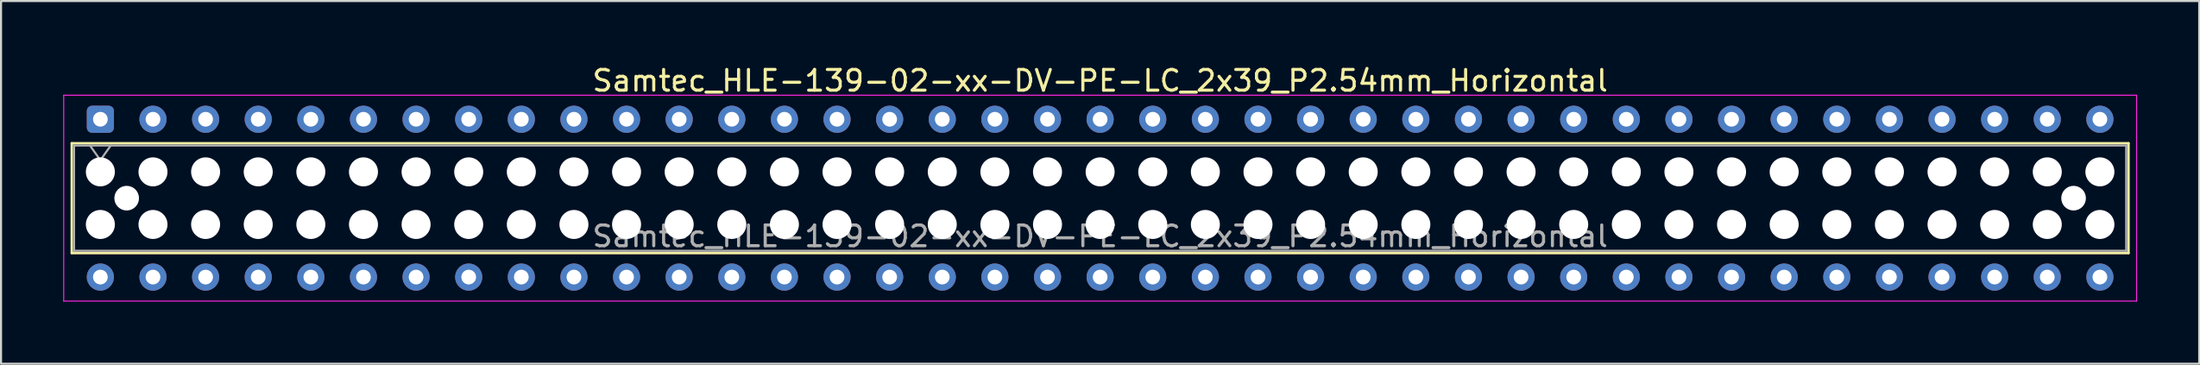
<source format=kicad_pcb>
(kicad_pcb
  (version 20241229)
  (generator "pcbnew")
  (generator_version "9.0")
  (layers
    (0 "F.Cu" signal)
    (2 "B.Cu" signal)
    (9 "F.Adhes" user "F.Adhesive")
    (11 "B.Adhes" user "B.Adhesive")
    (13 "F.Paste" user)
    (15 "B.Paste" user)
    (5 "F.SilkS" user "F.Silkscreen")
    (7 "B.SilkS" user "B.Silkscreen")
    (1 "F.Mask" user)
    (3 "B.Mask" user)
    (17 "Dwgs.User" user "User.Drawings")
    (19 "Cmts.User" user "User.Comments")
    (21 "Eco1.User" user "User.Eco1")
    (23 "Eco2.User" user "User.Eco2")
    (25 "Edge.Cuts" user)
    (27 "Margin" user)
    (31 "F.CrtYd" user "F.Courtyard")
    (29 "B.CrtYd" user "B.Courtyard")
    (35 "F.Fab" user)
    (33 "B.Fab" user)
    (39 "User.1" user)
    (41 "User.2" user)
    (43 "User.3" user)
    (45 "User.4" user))
  (footprint "Samtec_HLE-139-02-xx-DV-PE-LC_2x39_P2.54mm_Horizontal"
    (layer "F.Cu")
    (at 1.795 2.708)
    (property "Reference" "Samtec_HLE-139-02-xx-DV-PE-LC_2x39_P2.54mm_Horizontal" (at 48.26 -1.86 0) (layer "F.SilkS") (effects (font (size 1 1) (thickness 0.15))))
    (attr through_hole)
    (fp_line (start -1.38 1.16) (end 97.9 1.16) (stroke (width 0.12) (type solid)) (layer "F.SilkS"))
    (fp_line (start -1.38 6.46) (end -1.38 1.16) (stroke (width 0.12) (type solid)) (layer "F.SilkS"))
    (fp_line (start 97.9 1.16) (end 97.9 6.46) (stroke (width 0.12) (type solid)) (layer "F.SilkS"))
    (fp_line (start 97.9 6.46) (end -1.38 6.46) (stroke (width 0.12) (type solid)) (layer "F.SilkS"))
    (fp_line (start -1.77 -1.16) (end 98.29 -1.16) (stroke (width 0.05) (type solid)) (layer "F.CrtYd"))
    (fp_line (start -1.77 8.78) (end -1.77 -1.16) (stroke (width 0.05) (type solid)) (layer "F.CrtYd"))
    (fp_line (start 98.29 -1.16) (end 98.29 8.78) (stroke (width 0.05) (type solid)) (layer "F.CrtYd"))
    (fp_line (start 98.29 8.78) (end -1.77 8.78) (stroke (width 0.05) (type solid)) (layer "F.CrtYd"))
    (fp_line (start -1.27 1.27) (end 97.79 1.27) (stroke (width 0.1) (type solid)) (layer "F.Fab"))
    (fp_line (start -1.27 6.35) (end -1.27 1.27) (stroke (width 0.1) (type solid)) (layer "F.Fab"))
    (fp_line (start -0.5 1.27) (end 0 1.977) (stroke (width 0.1) (type solid)) (layer "F.Fab"))
    (fp_line (start 0 1.977) (end 0.5 1.27) (stroke (width 0.1) (type solid)) (layer "F.Fab"))
    (fp_line (start 97.79 1.27) (end 97.79 6.35) (stroke (width 0.1) (type solid)) (layer "F.Fab"))
    (fp_line (start 97.79 6.35) (end -1.27 6.35) (stroke (width 0.1) (type solid)) (layer "F.Fab"))
    (fp_text user "${REFERENCE}" (at 48.26 5.65 0) (layer "F.Fab") (effects (font (size 1 1) (thickness 0.15))))
    (pad "" np_thru_hole circle (at 0 2.54) (size 1.4 1.4) (drill 1.4) (layers "*.Cu" "*.Mask"))
    (pad "" np_thru_hole circle (at 0 5.08) (size 1.4 1.4) (drill 1.4) (layers "*.Cu" "*.Mask"))
    (pad "" np_thru_hole circle (at 1.27 3.81) (size 1.19 1.19) (drill 1.19) (layers "*.Cu" "*.Mask"))
    (pad "" np_thru_hole circle (at 2.54 2.54) (size 1.4 1.4) (drill 1.4) (layers "*.Cu" "*.Mask"))
    (pad "" np_thru_hole circle (at 2.54 5.08) (size 1.4 1.4) (drill 1.4) (layers "*.Cu" "*.Mask"))
    (pad "" np_thru_hole circle (at 5.08 2.54) (size 1.4 1.4) (drill 1.4) (layers "*.Cu" "*.Mask"))
    (pad "" np_thru_hole circle (at 5.08 5.08) (size 1.4 1.4) (drill 1.4) (layers "*.Cu" "*.Mask"))
    (pad "" np_thru_hole circle (at 7.62 2.54) (size 1.4 1.4) (drill 1.4) (layers "*.Cu" "*.Mask"))
    (pad "" np_thru_hole circle (at 7.62 5.08) (size 1.4 1.4) (drill 1.4) (layers "*.Cu" "*.Mask"))
    (pad "" np_thru_hole circle (at 10.16 2.54) (size 1.4 1.4) (drill 1.4) (layers "*.Cu" "*.Mask"))
    (pad "" np_thru_hole circle (at 10.16 5.08) (size 1.4 1.4) (drill 1.4) (layers "*.Cu" "*.Mask"))
    (pad "" np_thru_hole circle (at 12.7 2.54) (size 1.4 1.4) (drill 1.4) (layers "*.Cu" "*.Mask"))
    (pad "" np_thru_hole circle (at 12.7 5.08) (size 1.4 1.4) (drill 1.4) (layers "*.Cu" "*.Mask"))
    (pad "" np_thru_hole circle (at 15.24 2.54) (size 1.4 1.4) (drill 1.4) (layers "*.Cu" "*.Mask"))
    (pad "" np_thru_hole circle (at 15.24 5.08) (size 1.4 1.4) (drill 1.4) (layers "*.Cu" "*.Mask"))
    (pad "" np_thru_hole circle (at 17.78 2.54) (size 1.4 1.4) (drill 1.4) (layers "*.Cu" "*.Mask"))
    (pad "" np_thru_hole circle (at 17.78 5.08) (size 1.4 1.4) (drill 1.4) (layers "*.Cu" "*.Mask"))
    (pad "" np_thru_hole circle (at 20.32 2.54) (size 1.4 1.4) (drill 1.4) (layers "*.Cu" "*.Mask"))
    (pad "" np_thru_hole circle (at 20.32 5.08) (size 1.4 1.4) (drill 1.4) (layers "*.Cu" "*.Mask"))
    (pad "" np_thru_hole circle (at 22.86 2.54) (size 1.4 1.4) (drill 1.4) (layers "*.Cu" "*.Mask"))
    (pad "" np_thru_hole circle (at 22.86 5.08) (size 1.4 1.4) (drill 1.4) (layers "*.Cu" "*.Mask"))
    (pad "" np_thru_hole circle (at 25.4 2.54) (size 1.4 1.4) (drill 1.4) (layers "*.Cu" "*.Mask"))
    (pad "" np_thru_hole circle (at 25.4 5.08) (size 1.4 1.4) (drill 1.4) (layers "*.Cu" "*.Mask"))
    (pad "" np_thru_hole circle (at 27.94 2.54) (size 1.4 1.4) (drill 1.4) (layers "*.Cu" "*.Mask"))
    (pad "" np_thru_hole circle (at 27.94 5.08) (size 1.4 1.4) (drill 1.4) (layers "*.Cu" "*.Mask"))
    (pad "" np_thru_hole circle (at 30.48 2.54) (size 1.4 1.4) (drill 1.4) (layers "*.Cu" "*.Mask"))
    (pad "" np_thru_hole circle (at 30.48 5.08) (size 1.4 1.4) (drill 1.4) (layers "*.Cu" "*.Mask"))
    (pad "" np_thru_hole circle (at 33.02 2.54) (size 1.4 1.4) (drill 1.4) (layers "*.Cu" "*.Mask"))
    (pad "" np_thru_hole circle (at 33.02 5.08) (size 1.4 1.4) (drill 1.4) (layers "*.Cu" "*.Mask"))
    (pad "" np_thru_hole circle (at 35.56 2.54) (size 1.4 1.4) (drill 1.4) (layers "*.Cu" "*.Mask"))
    (pad "" np_thru_hole circle (at 35.56 5.08) (size 1.4 1.4) (drill 1.4) (layers "*.Cu" "*.Mask"))
    (pad "" np_thru_hole circle (at 38.1 2.54) (size 1.4 1.4) (drill 1.4) (layers "*.Cu" "*.Mask"))
    (pad "" np_thru_hole circle (at 38.1 5.08) (size 1.4 1.4) (drill 1.4) (layers "*.Cu" "*.Mask"))
    (pad "" np_thru_hole circle (at 40.64 2.54) (size 1.4 1.4) (drill 1.4) (layers "*.Cu" "*.Mask"))
    (pad "" np_thru_hole circle (at 40.64 5.08) (size 1.4 1.4) (drill 1.4) (layers "*.Cu" "*.Mask"))
    (pad "" np_thru_hole circle (at 43.18 2.54) (size 1.4 1.4) (drill 1.4) (layers "*.Cu" "*.Mask"))
    (pad "" np_thru_hole circle (at 43.18 5.08) (size 1.4 1.4) (drill 1.4) (layers "*.Cu" "*.Mask"))
    (pad "" np_thru_hole circle (at 45.72 2.54) (size 1.4 1.4) (drill 1.4) (layers "*.Cu" "*.Mask"))
    (pad "" np_thru_hole circle (at 45.72 5.08) (size 1.4 1.4) (drill 1.4) (layers "*.Cu" "*.Mask"))
    (pad "" np_thru_hole circle (at 48.26 2.54) (size 1.4 1.4) (drill 1.4) (layers "*.Cu" "*.Mask"))
    (pad "" np_thru_hole circle (at 48.26 5.08) (size 1.4 1.4) (drill 1.4) (layers "*.Cu" "*.Mask"))
    (pad "" np_thru_hole circle (at 50.8 2.54) (size 1.4 1.4) (drill 1.4) (layers "*.Cu" "*.Mask"))
    (pad "" np_thru_hole circle (at 50.8 5.08) (size 1.4 1.4) (drill 1.4) (layers "*.Cu" "*.Mask"))
    (pad "" np_thru_hole circle (at 53.34 2.54) (size 1.4 1.4) (drill 1.4) (layers "*.Cu" "*.Mask"))
    (pad "" np_thru_hole circle (at 53.34 5.08) (size 1.4 1.4) (drill 1.4) (layers "*.Cu" "*.Mask"))
    (pad "" np_thru_hole circle (at 55.88 2.54) (size 1.4 1.4) (drill 1.4) (layers "*.Cu" "*.Mask"))
    (pad "" np_thru_hole circle (at 55.88 5.08) (size 1.4 1.4) (drill 1.4) (layers "*.Cu" "*.Mask"))
    (pad "" np_thru_hole circle (at 58.42 2.54) (size 1.4 1.4) (drill 1.4) (layers "*.Cu" "*.Mask"))
    (pad "" np_thru_hole circle (at 58.42 5.08) (size 1.4 1.4) (drill 1.4) (layers "*.Cu" "*.Mask"))
    (pad "" np_thru_hole circle (at 60.96 2.54) (size 1.4 1.4) (drill 1.4) (layers "*.Cu" "*.Mask"))
    (pad "" np_thru_hole circle (at 60.96 5.08) (size 1.4 1.4) (drill 1.4) (layers "*.Cu" "*.Mask"))
    (pad "" np_thru_hole circle (at 63.5 2.54) (size 1.4 1.4) (drill 1.4) (layers "*.Cu" "*.Mask"))
    (pad "" np_thru_hole circle (at 63.5 5.08) (size 1.4 1.4) (drill 1.4) (layers "*.Cu" "*.Mask"))
    (pad "" np_thru_hole circle (at 66.04 2.54) (size 1.4 1.4) (drill 1.4) (layers "*.Cu" "*.Mask"))
    (pad "" np_thru_hole circle (at 66.04 5.08) (size 1.4 1.4) (drill 1.4) (layers "*.Cu" "*.Mask"))
    (pad "" np_thru_hole circle (at 68.58 2.54) (size 1.4 1.4) (drill 1.4) (layers "*.Cu" "*.Mask"))
    (pad "" np_thru_hole circle (at 68.58 5.08) (size 1.4 1.4) (drill 1.4) (layers "*.Cu" "*.Mask"))
    (pad "" np_thru_hole circle (at 71.12 2.54) (size 1.4 1.4) (drill 1.4) (layers "*.Cu" "*.Mask"))
    (pad "" np_thru_hole circle (at 71.12 5.08) (size 1.4 1.4) (drill 1.4) (layers "*.Cu" "*.Mask"))
    (pad "" np_thru_hole circle (at 73.66 2.54) (size 1.4 1.4) (drill 1.4) (layers "*.Cu" "*.Mask"))
    (pad "" np_thru_hole circle (at 73.66 5.08) (size 1.4 1.4) (drill 1.4) (layers "*.Cu" "*.Mask"))
    (pad "" np_thru_hole circle (at 76.2 2.54) (size 1.4 1.4) (drill 1.4) (layers "*.Cu" "*.Mask"))
    (pad "" np_thru_hole circle (at 76.2 5.08) (size 1.4 1.4) (drill 1.4) (layers "*.Cu" "*.Mask"))
    (pad "" np_thru_hole circle (at 78.74 2.54) (size 1.4 1.4) (drill 1.4) (layers "*.Cu" "*.Mask"))
    (pad "" np_thru_hole circle (at 78.74 5.08) (size 1.4 1.4) (drill 1.4) (layers "*.Cu" "*.Mask"))
    (pad "" np_thru_hole circle (at 81.28 2.54) (size 1.4 1.4) (drill 1.4) (layers "*.Cu" "*.Mask"))
    (pad "" np_thru_hole circle (at 81.28 5.08) (size 1.4 1.4) (drill 1.4) (layers "*.Cu" "*.Mask"))
    (pad "" np_thru_hole circle (at 83.82 2.54) (size 1.4 1.4) (drill 1.4) (layers "*.Cu" "*.Mask"))
    (pad "" np_thru_hole circle (at 83.82 5.08) (size 1.4 1.4) (drill 1.4) (layers "*.Cu" "*.Mask"))
    (pad "" np_thru_hole circle (at 86.36 2.54) (size 1.4 1.4) (drill 1.4) (layers "*.Cu" "*.Mask"))
    (pad "" np_thru_hole circle (at 86.36 5.08) (size 1.4 1.4) (drill 1.4) (layers "*.Cu" "*.Mask"))
    (pad "" np_thru_hole circle (at 88.9 2.54) (size 1.4 1.4) (drill 1.4) (layers "*.Cu" "*.Mask"))
    (pad "" np_thru_hole circle (at 88.9 5.08) (size 1.4 1.4) (drill 1.4) (layers "*.Cu" "*.Mask"))
    (pad "" np_thru_hole circle (at 91.44 2.54) (size 1.4 1.4) (drill 1.4) (layers "*.Cu" "*.Mask"))
    (pad "" np_thru_hole circle (at 91.44 5.08) (size 1.4 1.4) (drill 1.4) (layers "*.Cu" "*.Mask"))
    (pad "" np_thru_hole circle (at 93.98 2.54) (size 1.4 1.4) (drill 1.4) (layers "*.Cu" "*.Mask"))
    (pad "" np_thru_hole circle (at 93.98 5.08) (size 1.4 1.4) (drill 1.4) (layers "*.Cu" "*.Mask"))
    (pad "" np_thru_hole circle (at 95.25 3.81) (size 1.19 1.19) (drill 1.19) (layers "*.Cu" "*.Mask"))
    (pad "" np_thru_hole circle (at 96.52 2.54) (size 1.4 1.4) (drill 1.4) (layers "*.Cu" "*.Mask"))
    (pad "" np_thru_hole circle (at 96.52 5.08) (size 1.4 1.4) (drill 1.4) (layers "*.Cu" "*.Mask"))
    (pad "1" thru_hole roundrect (at 0 0) (size 1.31 1.31) (drill 0.71) (layers "*.Cu" "*.Mask") (roundrect_rratio 0.191))
    (pad "2" thru_hole circle (at 0 7.62) (size 1.31 1.31) (drill 0.71) (layers "*.Cu" "*.Mask"))
    (pad "3" thru_hole circle (at 2.54 0) (size 1.31 1.31) (drill 0.71) (layers "*.Cu" "*.Mask"))
    (pad "4" thru_hole circle (at 2.54 7.62) (size 1.31 1.31) (drill 0.71) (layers "*.Cu" "*.Mask"))
    (pad "5" thru_hole circle (at 5.08 0) (size 1.31 1.31) (drill 0.71) (layers "*.Cu" "*.Mask"))
    (pad "6" thru_hole circle (at 5.08 7.62) (size 1.31 1.31) (drill 0.71) (layers "*.Cu" "*.Mask"))
    (pad "7" thru_hole circle (at 7.62 0) (size 1.31 1.31) (drill 0.71) (layers "*.Cu" "*.Mask"))
    (pad "8" thru_hole circle (at 7.62 7.62) (size 1.31 1.31) (drill 0.71) (layers "*.Cu" "*.Mask"))
    (pad "9" thru_hole circle (at 10.16 0) (size 1.31 1.31) (drill 0.71) (layers "*.Cu" "*.Mask"))
    (pad "10" thru_hole circle (at 10.16 7.62) (size 1.31 1.31) (drill 0.71) (layers "*.Cu" "*.Mask"))
    (pad "11" thru_hole circle (at 12.7 0) (size 1.31 1.31) (drill 0.71) (layers "*.Cu" "*.Mask"))
    (pad "12" thru_hole circle (at 12.7 7.62) (size 1.31 1.31) (drill 0.71) (layers "*.Cu" "*.Mask"))
    (pad "13" thru_hole circle (at 15.24 0) (size 1.31 1.31) (drill 0.71) (layers "*.Cu" "*.Mask"))
    (pad "14" thru_hole circle (at 15.24 7.62) (size 1.31 1.31) (drill 0.71) (layers "*.Cu" "*.Mask"))
    (pad "15" thru_hole circle (at 17.78 0) (size 1.31 1.31) (drill 0.71) (layers "*.Cu" "*.Mask"))
    (pad "16" thru_hole circle (at 17.78 7.62) (size 1.31 1.31) (drill 0.71) (layers "*.Cu" "*.Mask"))
    (pad "17" thru_hole circle (at 20.32 0) (size 1.31 1.31) (drill 0.71) (layers "*.Cu" "*.Mask"))
    (pad "18" thru_hole circle (at 20.32 7.62) (size 1.31 1.31) (drill 0.71) (layers "*.Cu" "*.Mask"))
    (pad "19" thru_hole circle (at 22.86 0) (size 1.31 1.31) (drill 0.71) (layers "*.Cu" "*.Mask"))
    (pad "20" thru_hole circle (at 22.86 7.62) (size 1.31 1.31) (drill 0.71) (layers "*.Cu" "*.Mask"))
    (pad "21" thru_hole circle (at 25.4 0) (size 1.31 1.31) (drill 0.71) (layers "*.Cu" "*.Mask"))
    (pad "22" thru_hole circle (at 25.4 7.62) (size 1.31 1.31) (drill 0.71) (layers "*.Cu" "*.Mask"))
    (pad "23" thru_hole circle (at 27.94 0) (size 1.31 1.31) (drill 0.71) (layers "*.Cu" "*.Mask"))
    (pad "24" thru_hole circle (at 27.94 7.62) (size 1.31 1.31) (drill 0.71) (layers "*.Cu" "*.Mask"))
    (pad "25" thru_hole circle (at 30.48 0) (size 1.31 1.31) (drill 0.71) (layers "*.Cu" "*.Mask"))
    (pad "26" thru_hole circle (at 30.48 7.62) (size 1.31 1.31) (drill 0.71) (layers "*.Cu" "*.Mask"))
    (pad "27" thru_hole circle (at 33.02 0) (size 1.31 1.31) (drill 0.71) (layers "*.Cu" "*.Mask"))
    (pad "28" thru_hole circle (at 33.02 7.62) (size 1.31 1.31) (drill 0.71) (layers "*.Cu" "*.Mask"))
    (pad "29" thru_hole circle (at 35.56 0) (size 1.31 1.31) (drill 0.71) (layers "*.Cu" "*.Mask"))
    (pad "30" thru_hole circle (at 35.56 7.62) (size 1.31 1.31) (drill 0.71) (layers "*.Cu" "*.Mask"))
    (pad "31" thru_hole circle (at 38.1 0) (size 1.31 1.31) (drill 0.71) (layers "*.Cu" "*.Mask"))
    (pad "32" thru_hole circle (at 38.1 7.62) (size 1.31 1.31) (drill 0.71) (layers "*.Cu" "*.Mask"))
    (pad "33" thru_hole circle (at 40.64 0) (size 1.31 1.31) (drill 0.71) (layers "*.Cu" "*.Mask"))
    (pad "34" thru_hole circle (at 40.64 7.62) (size 1.31 1.31) (drill 0.71) (layers "*.Cu" "*.Mask"))
    (pad "35" thru_hole circle (at 43.18 0) (size 1.31 1.31) (drill 0.71) (layers "*.Cu" "*.Mask"))
    (pad "36" thru_hole circle (at 43.18 7.62) (size 1.31 1.31) (drill 0.71) (layers "*.Cu" "*.Mask"))
    (pad "37" thru_hole circle (at 45.72 0) (size 1.31 1.31) (drill 0.71) (layers "*.Cu" "*.Mask"))
    (pad "38" thru_hole circle (at 45.72 7.62) (size 1.31 1.31) (drill 0.71) (layers "*.Cu" "*.Mask"))
    (pad "39" thru_hole circle (at 48.26 0) (size 1.31 1.31) (drill 0.71) (layers "*.Cu" "*.Mask"))
    (pad "40" thru_hole circle (at 48.26 7.62) (size 1.31 1.31) (drill 0.71) (layers "*.Cu" "*.Mask"))
    (pad "41" thru_hole circle (at 50.8 0) (size 1.31 1.31) (drill 0.71) (layers "*.Cu" "*.Mask"))
    (pad "42" thru_hole circle (at 50.8 7.62) (size 1.31 1.31) (drill 0.71) (layers "*.Cu" "*.Mask"))
    (pad "43" thru_hole circle (at 53.34 0) (size 1.31 1.31) (drill 0.71) (layers "*.Cu" "*.Mask"))
    (pad "44" thru_hole circle (at 53.34 7.62) (size 1.31 1.31) (drill 0.71) (layers "*.Cu" "*.Mask"))
    (pad "45" thru_hole circle (at 55.88 0) (size 1.31 1.31) (drill 0.71) (layers "*.Cu" "*.Mask"))
    (pad "46" thru_hole circle (at 55.88 7.62) (size 1.31 1.31) (drill 0.71) (layers "*.Cu" "*.Mask"))
    (pad "47" thru_hole circle (at 58.42 0) (size 1.31 1.31) (drill 0.71) (layers "*.Cu" "*.Mask"))
    (pad "48" thru_hole circle (at 58.42 7.62) (size 1.31 1.31) (drill 0.71) (layers "*.Cu" "*.Mask"))
    (pad "49" thru_hole circle (at 60.96 0) (size 1.31 1.31) (drill 0.71) (layers "*.Cu" "*.Mask"))
    (pad "50" thru_hole circle (at 60.96 7.62) (size 1.31 1.31) (drill 0.71) (layers "*.Cu" "*.Mask"))
    (pad "51" thru_hole circle (at 63.5 0) (size 1.31 1.31) (drill 0.71) (layers "*.Cu" "*.Mask"))
    (pad "52" thru_hole circle (at 63.5 7.62) (size 1.31 1.31) (drill 0.71) (layers "*.Cu" "*.Mask"))
    (pad "53" thru_hole circle (at 66.04 0) (size 1.31 1.31) (drill 0.71) (layers "*.Cu" "*.Mask"))
    (pad "54" thru_hole circle (at 66.04 7.62) (size 1.31 1.31) (drill 0.71) (layers "*.Cu" "*.Mask"))
    (pad "55" thru_hole circle (at 68.58 0) (size 1.31 1.31) (drill 0.71) (layers "*.Cu" "*.Mask"))
    (pad "56" thru_hole circle (at 68.58 7.62) (size 1.31 1.31) (drill 0.71) (layers "*.Cu" "*.Mask"))
    (pad "57" thru_hole circle (at 71.12 0) (size 1.31 1.31) (drill 0.71) (layers "*.Cu" "*.Mask"))
    (pad "58" thru_hole circle (at 71.12 7.62) (size 1.31 1.31) (drill 0.71) (layers "*.Cu" "*.Mask"))
    (pad "59" thru_hole circle (at 73.66 0) (size 1.31 1.31) (drill 0.71) (layers "*.Cu" "*.Mask"))
    (pad "60" thru_hole circle (at 73.66 7.62) (size 1.31 1.31) (drill 0.71) (layers "*.Cu" "*.Mask"))
    (pad "61" thru_hole circle (at 76.2 0) (size 1.31 1.31) (drill 0.71) (layers "*.Cu" "*.Mask"))
    (pad "62" thru_hole circle (at 76.2 7.62) (size 1.31 1.31) (drill 0.71) (layers "*.Cu" "*.Mask"))
    (pad "63" thru_hole circle (at 78.74 0) (size 1.31 1.31) (drill 0.71) (layers "*.Cu" "*.Mask"))
    (pad "64" thru_hole circle (at 78.74 7.62) (size 1.31 1.31) (drill 0.71) (layers "*.Cu" "*.Mask"))
    (pad "65" thru_hole circle (at 81.28 0) (size 1.31 1.31) (drill 0.71) (layers "*.Cu" "*.Mask"))
    (pad "66" thru_hole circle (at 81.28 7.62) (size 1.31 1.31) (drill 0.71) (layers "*.Cu" "*.Mask"))
    (pad "67" thru_hole circle (at 83.82 0) (size 1.31 1.31) (drill 0.71) (layers "*.Cu" "*.Mask"))
    (pad "68" thru_hole circle (at 83.82 7.62) (size 1.31 1.31) (drill 0.71) (layers "*.Cu" "*.Mask"))
    (pad "69" thru_hole circle (at 86.36 0) (size 1.31 1.31) (drill 0.71) (layers "*.Cu" "*.Mask"))
    (pad "70" thru_hole circle (at 86.36 7.62) (size 1.31 1.31) (drill 0.71) (layers "*.Cu" "*.Mask"))
    (pad "71" thru_hole circle (at 88.9 0) (size 1.31 1.31) (drill 0.71) (layers "*.Cu" "*.Mask"))
    (pad "72" thru_hole circle (at 88.9 7.62) (size 1.31 1.31) (drill 0.71) (layers "*.Cu" "*.Mask"))
    (pad "73" thru_hole circle (at 91.44 0) (size 1.31 1.31) (drill 0.71) (layers "*.Cu" "*.Mask"))
    (pad "74" thru_hole circle (at 91.44 7.62) (size 1.31 1.31) (drill 0.71) (layers "*.Cu" "*.Mask"))
    (pad "75" thru_hole circle (at 93.98 0) (size 1.31 1.31) (drill 0.71) (layers "*.Cu" "*.Mask"))
    (pad "76" thru_hole circle (at 93.98 7.62) (size 1.31 1.31) (drill 0.71) (layers "*.Cu" "*.Mask"))
    (pad "77" thru_hole circle (at 96.52 0) (size 1.31 1.31) (drill 0.71) (layers "*.Cu" "*.Mask"))
    (pad "78" thru_hole circle (at 96.52 7.62) (size 1.31 1.31) (drill 0.71) (layers "*.Cu" "*.Mask")))
  (gr_rect
    (start -3 -3)
    (end 103.11 14.513)
    (stroke (width 0.1) (type default))
    (fill no)
    (layer "Edge.Cuts")))
</source>
